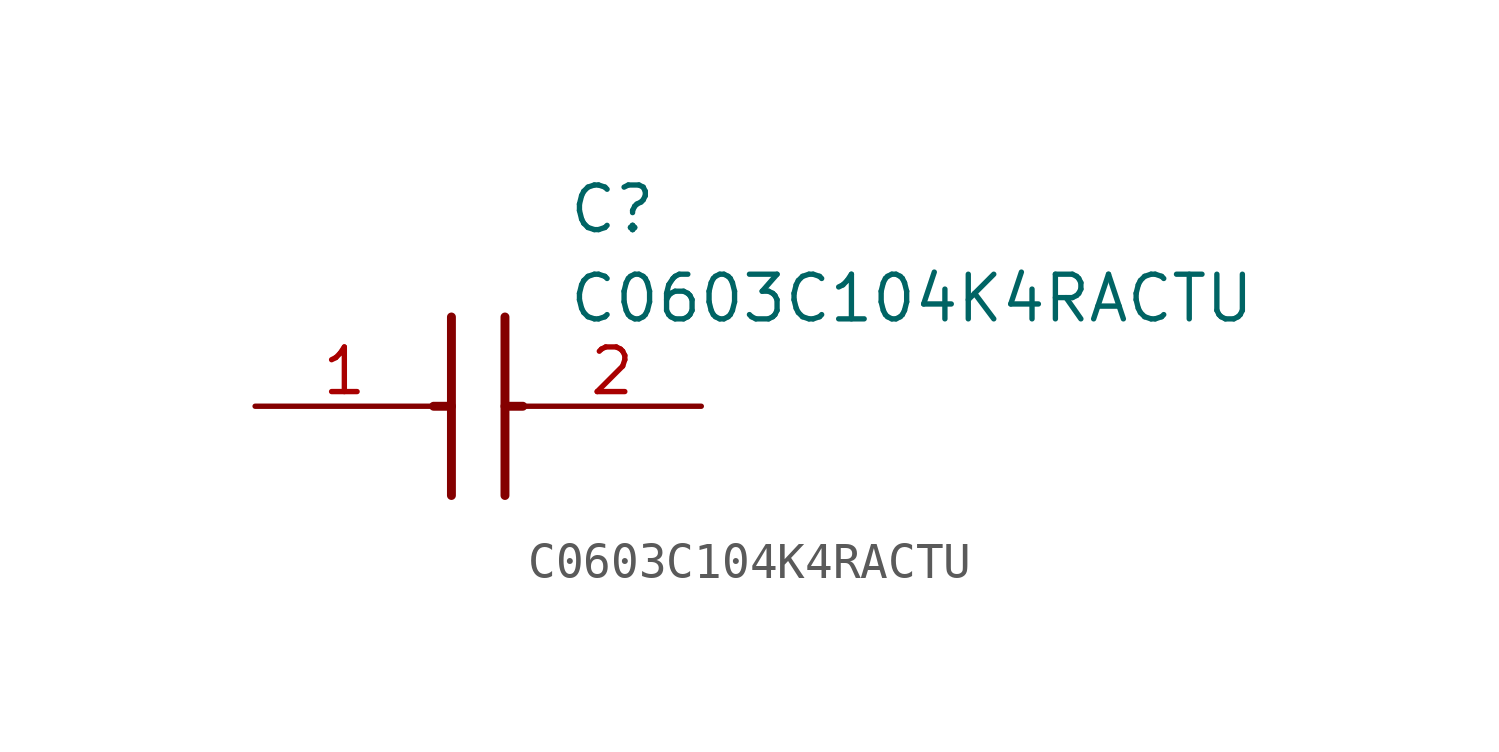
<source format=kicad_sym>
(kicad_symbol_lib
  (version 20211014)
  (generator SamacSys_ECAD_Model)
  (symbol "C0603C104K4RACTU"
    (pin_names hide)
    (property "Reference" "C"
      (at 8.89 6.35 0)
      (effects (font (size 1.27 1.27)) (justify left top)))
    (property "Value" "C0603C104K4RACTU"
      (at 8.89 3.81 0)
      (effects (font (size 1.27 1.27)) (justify left top)))
    (polyline
      (pts (xy 5.588 2.54) (xy 5.588 -2.54))
      (stroke (width 0.254) (type default))
      (fill (type none)))
    (polyline
      (pts (xy 7.112 2.54) (xy 7.112 -2.54))
      (stroke (width 0.254) (type default))
      (fill (type none)))
    (polyline
      (pts (xy 5.08 0) (xy 5.588 0))
      (stroke (width 0.254) (type default))
      (fill (type none)))
    (polyline
      (pts (xy 7.112 0) (xy 7.62 0))
      (stroke (width 0.254) (type default))
      (fill (type none)))
    (pin passive line
      (at 0 0 0)
      (length 5.08)
      (name "1" (effects (font (size 1.27 1.27))))
      (number "1" (effects (font (size 1.27 1.27)))))
    (pin passive line
      (at 12.7 0 180)
      (length 5.08)
      (name "2" (effects (font (size 1.27 1.27))))
      (number "2" (effects (font (size 1.27 1.27)))))))
</source>
